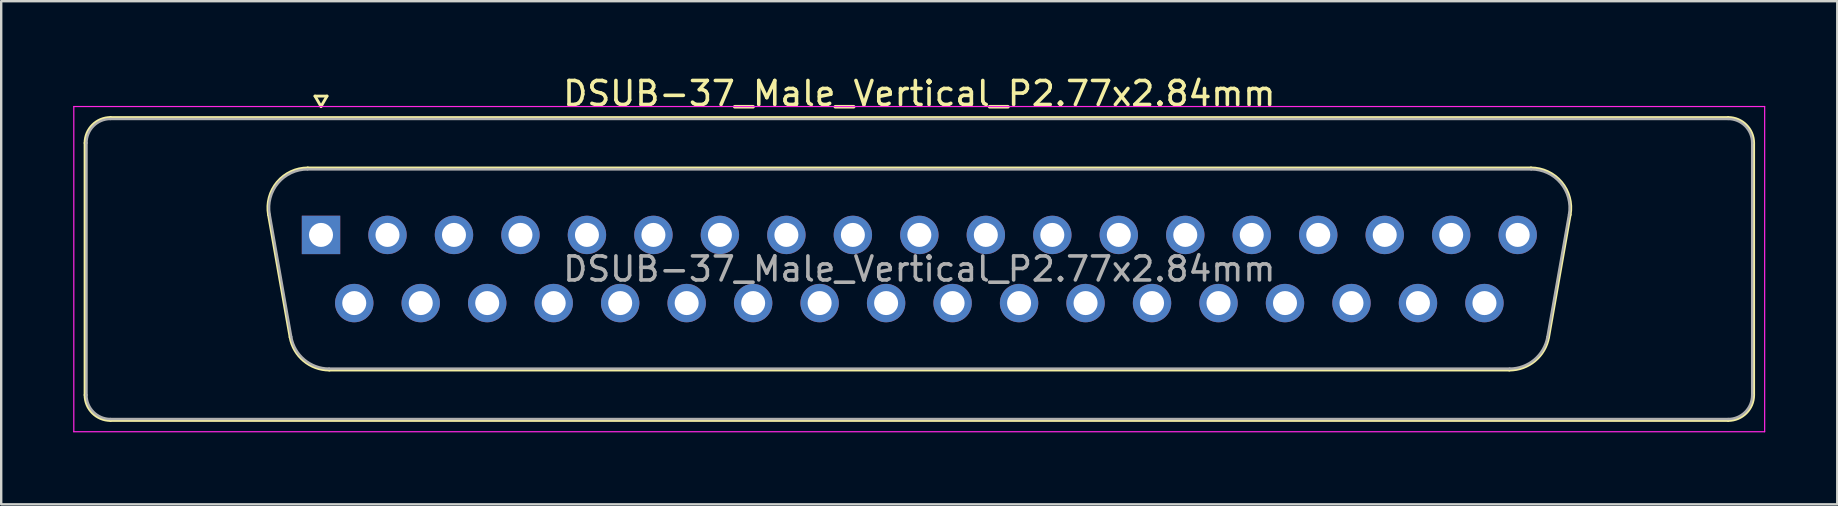
<source format=kicad_pcb>
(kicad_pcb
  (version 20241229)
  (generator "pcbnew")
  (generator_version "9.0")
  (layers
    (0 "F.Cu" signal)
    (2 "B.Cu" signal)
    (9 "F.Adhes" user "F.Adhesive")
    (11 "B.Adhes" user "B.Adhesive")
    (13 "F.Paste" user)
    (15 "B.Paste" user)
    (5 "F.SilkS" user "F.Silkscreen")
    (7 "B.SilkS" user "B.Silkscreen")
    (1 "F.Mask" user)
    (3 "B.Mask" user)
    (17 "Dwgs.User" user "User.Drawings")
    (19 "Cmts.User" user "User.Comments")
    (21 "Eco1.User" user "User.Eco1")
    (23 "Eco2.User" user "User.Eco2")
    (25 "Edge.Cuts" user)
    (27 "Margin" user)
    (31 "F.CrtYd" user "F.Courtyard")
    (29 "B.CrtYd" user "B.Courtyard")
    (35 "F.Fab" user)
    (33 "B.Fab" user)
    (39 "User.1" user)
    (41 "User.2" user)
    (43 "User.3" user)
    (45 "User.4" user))
  (footprint "DSUB-37_Male_Vertical_P2.77x2.84mm"
    (layer "F.Cu")
    (at 10.325 6.738)
    (property "Reference" "DSUB-37_Male_Vertical_P2.77x2.84mm" (at 24.93 -5.89 0) (layer "F.SilkS") (effects (font (size 1 1) (thickness 0.15))))
    (attr through_hole)
    (fp_line (start -9.83 6.67) (end -9.83 -3.83) (stroke (width 0.12) (type solid)) (layer "F.SilkS"))
    (fp_line (start -8.77 -4.89) (end 58.63 -4.89) (stroke (width 0.12) (type solid)) (layer "F.SilkS"))
    (fp_line (start -2.186 -0.842) (end -1.287 4.258) (stroke (width 0.12) (type solid)) (layer "F.SilkS"))
    (fp_line (start -0.552 -2.79) (end 50.412 -2.79) (stroke (width 0.12) (type solid)) (layer "F.SilkS"))
    (fp_line (start -0.25 -5.784) (end 0.25 -5.784) (stroke (width 0.12) (type solid)) (layer "F.SilkS"))
    (fp_line (start 0 -5.351) (end -0.25 -5.784) (stroke (width 0.12) (type solid)) (layer "F.SilkS"))
    (fp_line (start 0.25 -5.784) (end 0 -5.351) (stroke (width 0.12) (type solid)) (layer "F.SilkS"))
    (fp_line (start 0.348 5.63) (end 49.512 5.63) (stroke (width 0.12) (type solid)) (layer "F.SilkS"))
    (fp_line (start 52.046 -0.842) (end 51.147 4.258) (stroke (width 0.12) (type solid)) (layer "F.SilkS"))
    (fp_line (start 58.63 7.73) (end -8.77 7.73) (stroke (width 0.12) (type solid)) (layer "F.SilkS"))
    (fp_line (start 59.69 -3.83) (end 59.69 6.67) (stroke (width 0.12) (type solid)) (layer "F.SilkS"))
    (fp_arc (start -9.83 -3.83) (mid -9.519533 -4.579533) (end -8.77 -4.89) (stroke (width 0.12) (type solid)) (layer "F.SilkS"))
    (fp_arc (start -8.77 7.73) (mid -9.519533 7.419533) (end -9.83 6.67) (stroke (width 0.12) (type solid)) (layer "F.SilkS"))
    (fp_arc (start -2.18647 -0.841744) (mid -1.823323 -2.197028) (end -0.551689 -2.79) (stroke (width 0.12) (type solid)) (layer "F.SilkS"))
    (fp_arc (start 0.347579 5.63) (mid -0.719448 5.241634) (end -1.287202 4.258256) (stroke (width 0.12) (type solid)) (layer "F.SilkS"))
    (fp_arc (start 50.411689 -2.79) (mid 51.683323 -2.197027) (end 52.04647 -0.841744) (stroke (width 0.12) (type solid)) (layer "F.SilkS"))
    (fp_arc (start 51.147202 4.258256) (mid 50.579449 5.241634) (end 49.512421 5.63) (stroke (width 0.12) (type solid)) (layer "F.SilkS"))
    (fp_arc (start 58.63 -4.89) (mid 59.379533 -4.579533) (end 59.69 -3.83) (stroke (width 0.12) (type solid)) (layer "F.SilkS"))
    (fp_arc (start 59.69 6.67) (mid 59.379533 7.419533) (end 58.63 7.73) (stroke (width 0.12) (type solid)) (layer "F.SilkS"))
    (fp_line (start -10.3 -5.35) (end -10.3 8.2) (stroke (width 0.05) (type solid)) (layer "F.CrtYd"))
    (fp_line (start -10.3 8.2) (end 60.15 8.2) (stroke (width 0.05) (type solid)) (layer "F.CrtYd"))
    (fp_line (start 60.15 -5.35) (end -10.3 -5.35) (stroke (width 0.05) (type solid)) (layer "F.CrtYd"))
    (fp_line (start 60.15 8.2) (end 60.15 -5.35) (stroke (width 0.05) (type solid)) (layer "F.CrtYd"))
    (fp_line (start -9.77 6.67) (end -9.77 -3.83) (stroke (width 0.1) (type solid)) (layer "F.Fab"))
    (fp_line (start -8.77 -4.83) (end 58.63 -4.83) (stroke (width 0.1) (type solid)) (layer "F.Fab"))
    (fp_line (start -2.139 -0.852) (end -1.24 4.248) (stroke (width 0.1) (type solid)) (layer "F.Fab"))
    (fp_line (start -0.563 -2.73) (end 50.423 -2.73) (stroke (width 0.1) (type solid)) (layer "F.Fab"))
    (fp_line (start 0.336 5.57) (end 49.524 5.57) (stroke (width 0.1) (type solid)) (layer "F.Fab"))
    (fp_line (start 51.999 -0.852) (end 51.1 4.248) (stroke (width 0.1) (type solid)) (layer "F.Fab"))
    (fp_line (start 58.63 7.67) (end -8.77 7.67) (stroke (width 0.1) (type solid)) (layer "F.Fab"))
    (fp_line (start 59.63 -3.83) (end 59.63 6.67) (stroke (width 0.1) (type solid)) (layer "F.Fab"))
    (fp_arc (start -9.77 -3.83) (mid -9.477107 -4.537107) (end -8.77 -4.83) (stroke (width 0.1) (type solid)) (layer "F.Fab"))
    (fp_arc (start -8.77 7.67) (mid -9.477107 7.377107) (end -9.77 6.67) (stroke (width 0.1) (type solid)) (layer "F.Fab"))
    (fp_arc (start -2.138886 -0.852163) (mid -1.788865 -2.15846) (end -0.563194 -2.73) (stroke (width 0.1) (type solid)) (layer "F.Fab"))
    (fp_arc (start 0.336073 5.57) (mid -0.692387 5.195671) (end -1.239619 4.247837) (stroke (width 0.1) (type solid)) (layer "F.Fab"))
    (fp_arc (start 50.423194 -2.73) (mid 51.648865 -2.15846) (end 51.998886 -0.852163) (stroke (width 0.1) (type solid)) (layer "F.Fab"))
    (fp_arc (start 51.099619 4.247837) (mid 50.552387 5.195671) (end 49.523927 5.57) (stroke (width 0.1) (type solid)) (layer "F.Fab"))
    (fp_arc (start 58.63 -4.83) (mid 59.337107 -4.537107) (end 59.63 -3.83) (stroke (width 0.1) (type solid)) (layer "F.Fab"))
    (fp_arc (start 59.63 6.67) (mid 59.337107 7.377107) (end 58.63 7.67) (stroke (width 0.1) (type solid)) (layer "F.Fab"))
    (fp_text user "${REFERENCE}" (at 24.93 1.42 0) (layer "F.Fab") (effects (font (size 1 1) (thickness 0.15))))
    (pad "1" thru_hole rect (at 0 0) (size 1.6 1.6) (drill 1) (layers "*.Cu" "*.Mask"))
    (pad "2" thru_hole circle (at 2.77 0) (size 1.6 1.6) (drill 1) (layers "*.Cu" "*.Mask"))
    (pad "3" thru_hole circle (at 5.54 0) (size 1.6 1.6) (drill 1) (layers "*.Cu" "*.Mask"))
    (pad "4" thru_hole circle (at 8.31 0) (size 1.6 1.6) (drill 1) (layers "*.Cu" "*.Mask"))
    (pad "5" thru_hole circle (at 11.08 0) (size 1.6 1.6) (drill 1) (layers "*.Cu" "*.Mask"))
    (pad "6" thru_hole circle (at 13.85 0) (size 1.6 1.6) (drill 1) (layers "*.Cu" "*.Mask"))
    (pad "7" thru_hole circle (at 16.62 0) (size 1.6 1.6) (drill 1) (layers "*.Cu" "*.Mask"))
    (pad "8" thru_hole circle (at 19.39 0) (size 1.6 1.6) (drill 1) (layers "*.Cu" "*.Mask"))
    (pad "9" thru_hole circle (at 22.16 0) (size 1.6 1.6) (drill 1) (layers "*.Cu" "*.Mask"))
    (pad "10" thru_hole circle (at 24.93 0) (size 1.6 1.6) (drill 1) (layers "*.Cu" "*.Mask"))
    (pad "11" thru_hole circle (at 27.7 0) (size 1.6 1.6) (drill 1) (layers "*.Cu" "*.Mask"))
    (pad "12" thru_hole circle (at 30.47 0) (size 1.6 1.6) (drill 1) (layers "*.Cu" "*.Mask"))
    (pad "13" thru_hole circle (at 33.24 0) (size 1.6 1.6) (drill 1) (layers "*.Cu" "*.Mask"))
    (pad "14" thru_hole circle (at 36.01 0) (size 1.6 1.6) (drill 1) (layers "*.Cu" "*.Mask"))
    (pad "15" thru_hole circle (at 38.78 0) (size 1.6 1.6) (drill 1) (layers "*.Cu" "*.Mask"))
    (pad "16" thru_hole circle (at 41.55 0) (size 1.6 1.6) (drill 1) (layers "*.Cu" "*.Mask"))
    (pad "17" thru_hole circle (at 44.32 0) (size 1.6 1.6) (drill 1) (layers "*.Cu" "*.Mask"))
    (pad "18" thru_hole circle (at 47.09 0) (size 1.6 1.6) (drill 1) (layers "*.Cu" "*.Mask"))
    (pad "19" thru_hole circle (at 49.86 0) (size 1.6 1.6) (drill 1) (layers "*.Cu" "*.Mask"))
    (pad "20" thru_hole circle (at 1.385 2.84) (size 1.6 1.6) (drill 1) (layers "*.Cu" "*.Mask"))
    (pad "21" thru_hole circle (at 4.155 2.84) (size 1.6 1.6) (drill 1) (layers "*.Cu" "*.Mask"))
    (pad "22" thru_hole circle (at 6.925 2.84) (size 1.6 1.6) (drill 1) (layers "*.Cu" "*.Mask"))
    (pad "23" thru_hole circle (at 9.695 2.84) (size 1.6 1.6) (drill 1) (layers "*.Cu" "*.Mask"))
    (pad "24" thru_hole circle (at 12.465 2.84) (size 1.6 1.6) (drill 1) (layers "*.Cu" "*.Mask"))
    (pad "25" thru_hole circle (at 15.235 2.84) (size 1.6 1.6) (drill 1) (layers "*.Cu" "*.Mask"))
    (pad "26" thru_hole circle (at 18.005 2.84) (size 1.6 1.6) (drill 1) (layers "*.Cu" "*.Mask"))
    (pad "27" thru_hole circle (at 20.775 2.84) (size 1.6 1.6) (drill 1) (layers "*.Cu" "*.Mask"))
    (pad "28" thru_hole circle (at 23.545 2.84) (size 1.6 1.6) (drill 1) (layers "*.Cu" "*.Mask"))
    (pad "29" thru_hole circle (at 26.315 2.84) (size 1.6 1.6) (drill 1) (layers "*.Cu" "*.Mask"))
    (pad "30" thru_hole circle (at 29.085 2.84) (size 1.6 1.6) (drill 1) (layers "*.Cu" "*.Mask"))
    (pad "31" thru_hole circle (at 31.855 2.84) (size 1.6 1.6) (drill 1) (layers "*.Cu" "*.Mask"))
    (pad "32" thru_hole circle (at 34.625 2.84) (size 1.6 1.6) (drill 1) (layers "*.Cu" "*.Mask"))
    (pad "33" thru_hole circle (at 37.395 2.84) (size 1.6 1.6) (drill 1) (layers "*.Cu" "*.Mask"))
    (pad "34" thru_hole circle (at 40.165 2.84) (size 1.6 1.6) (drill 1) (layers "*.Cu" "*.Mask"))
    (pad "35" thru_hole circle (at 42.935 2.84) (size 1.6 1.6) (drill 1) (layers "*.Cu" "*.Mask"))
    (pad "36" thru_hole circle (at 45.705 2.84) (size 1.6 1.6) (drill 1) (layers "*.Cu" "*.Mask"))
    (pad "37" thru_hole circle (at 48.475 2.84) (size 1.6 1.6) (drill 1) (layers "*.Cu" "*.Mask")))
  (gr_rect
    (start -3 -3)
    (end 73.5 17.963)
    (stroke (width 0.1) (type default))
    (fill no)
    (layer "Edge.Cuts")))
</source>
